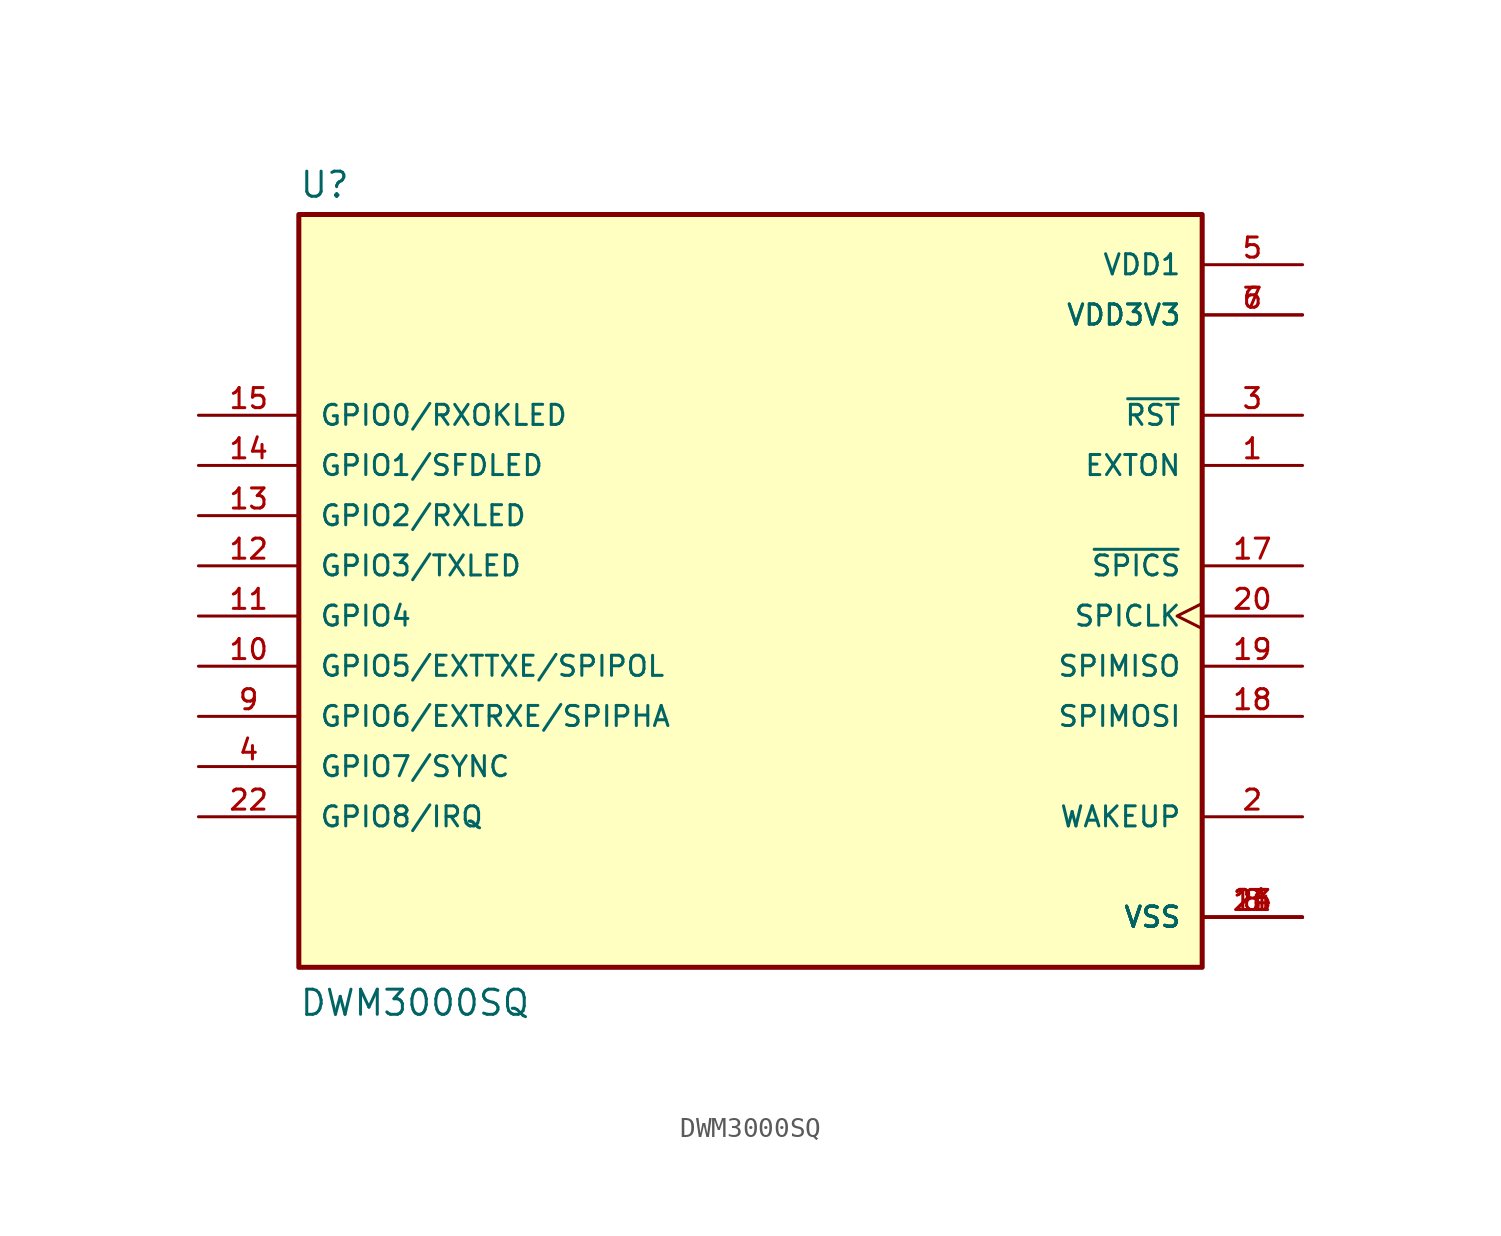
<source format=kicad_sym>
(kicad_symbol_lib
  (version 20211014)
  (generator kicad_symbol_editor)
  (symbol "DWM3000SQ"
    (pin_names
      (offset 1.016))
    (property "Reference" "U"
      (at -22.86 18.542 0)
      (effects (font (size 1.27 1.27)) (justify bottom left)))
    (property "Value" "DWM3000SQ"
      (at -22.86 -22.86 0)
      (effects (font (size 1.27 1.27)) (justify bottom left)))
    (symbol "DWM3000SQ_0_0"
      (rectangle (start -22.86 -20.32) (end 22.86 17.78) (stroke (width 0.254)) (fill (type background)))
      (pin output line (at 27.94 5.08 180.0) (length 5.08) (name "EXTON" (effects (font (size 1.016 1.016)))) (number "1" (effects (font (size 1.016 1.016)))))
      (pin bidirectional line (at 27.94 -12.7 180.0) (length 5.08) (name "WAKEUP" (effects (font (size 1.016 1.016)))) (number "2" (effects (font (size 1.016 1.016)))))
      (pin output line (at 27.94 7.62 180.0) (length 5.08) (name "~{RST}" (effects (font (size 1.016 1.016)))) (number "3" (effects (font (size 1.016 1.016)))))
      (pin power_in line (at 27.94 15.24 180.0) (length 5.08) (name "VDD1" (effects (font (size 1.016 1.016)))) (number "5" (effects (font (size 1.016 1.016)))))
      (pin power_in line (at 27.94 12.7 180.0) (length 5.08) (name "VDD3V3" (effects (font (size 1.016 1.016)))) (number "6" (effects (font (size 1.016 1.016)))))
      (pin power_in line (at 27.94 12.7 180.0) (length 5.08) (name "VDD3V3" (effects (font (size 1.016 1.016)))) (number "7" (effects (font (size 1.016 1.016)))))
      (pin power_in line (at 27.94 -17.78 180.0) (length 5.08) (name "VSS" (effects (font (size 1.016 1.016)))) (number "8" (effects (font (size 1.016 1.016)))))
      (pin power_in line (at 27.94 -17.78 180.0) (length 5.08) (name "VSS" (effects (font (size 1.016 1.016)))) (number "16" (effects (font (size 1.016 1.016)))))
      (pin power_in line (at 27.94 -17.78 180.0) (length 5.08) (name "VSS" (effects (font (size 1.016 1.016)))) (number "21" (effects (font (size 1.016 1.016)))))
      (pin power_in line (at 27.94 -17.78 180.0) (length 5.08) (name "VSS" (effects (font (size 1.016 1.016)))) (number "23" (effects (font (size 1.016 1.016)))))
      (pin power_in line (at 27.94 -17.78 180.0) (length 5.08) (name "VSS" (effects (font (size 1.016 1.016)))) (number "24" (effects (font (size 1.016 1.016)))))
      (pin bidirectional line (at -27.94 -12.7 0) (length 5.08) (name "GPIO8/IRQ" (effects (font (size 1.016 1.016)))) (number "22" (effects (font (size 1.016 1.016)))))
      (pin input clock (at 27.94 -2.54 180.0) (length 5.08) (name "SPICLK" (effects (font (size 1.016 1.016)))) (number "20" (effects (font (size 1.016 1.016)))))
      (pin output line (at 27.94 -5.08 180.0) (length 5.08) (name "SPIMISO" (effects (font (size 1.016 1.016)))) (number "19" (effects (font (size 1.016 1.016)))))
      (pin input line (at 27.94 -7.62 180.0) (length 5.08) (name "SPIMOSI" (effects (font (size 1.016 1.016)))) (number "18" (effects (font (size 1.016 1.016)))))
      (pin input line (at 27.94 0.0 180.0) (length 5.08) (name "~{SPICS}" (effects (font (size 1.016 1.016)))) (number "17" (effects (font (size 1.016 1.016)))))
      (pin bidirectional line (at -27.94 7.62 0) (length 5.08) (name "GPIO0/RXOKLED" (effects (font (size 1.016 1.016)))) (number "15" (effects (font (size 1.016 1.016)))))
      (pin bidirectional line (at -27.94 5.08 0) (length 5.08) (name "GPIO1/SFDLED" (effects (font (size 1.016 1.016)))) (number "14" (effects (font (size 1.016 1.016)))))
      (pin bidirectional line (at -27.94 2.54 0) (length 5.08) (name "GPIO2/RXLED" (effects (font (size 1.016 1.016)))) (number "13" (effects (font (size 1.016 1.016)))))
      (pin bidirectional line (at -27.94 0.0 0) (length 5.08) (name "GPIO3/TXLED" (effects (font (size 1.016 1.016)))) (number "12" (effects (font (size 1.016 1.016)))))
      (pin bidirectional line (at -27.94 -2.54 0) (length 5.08) (name "GPIO4" (effects (font (size 1.016 1.016)))) (number "11" (effects (font (size 1.016 1.016)))))
      (pin bidirectional line (at -27.94 -5.08 0) (length 5.08) (name "GPIO5/EXTTXE/SPIPOL" (effects (font (size 1.016 1.016)))) (number "10" (effects (font (size 1.016 1.016)))))
      (pin bidirectional line (at -27.94 -7.62 0) (length 5.08) (name "GPIO6/EXTRXE/SPIPHA" (effects (font (size 1.016 1.016)))) (number "9" (effects (font (size 1.016 1.016)))))
      (pin bidirectional line (at -27.94 -10.16 0) (length 5.08) (name "GPIO7/SYNC" (effects (font (size 1.016 1.016)))) (number "4" (effects (font (size 1.016 1.016))))))))
</source>
